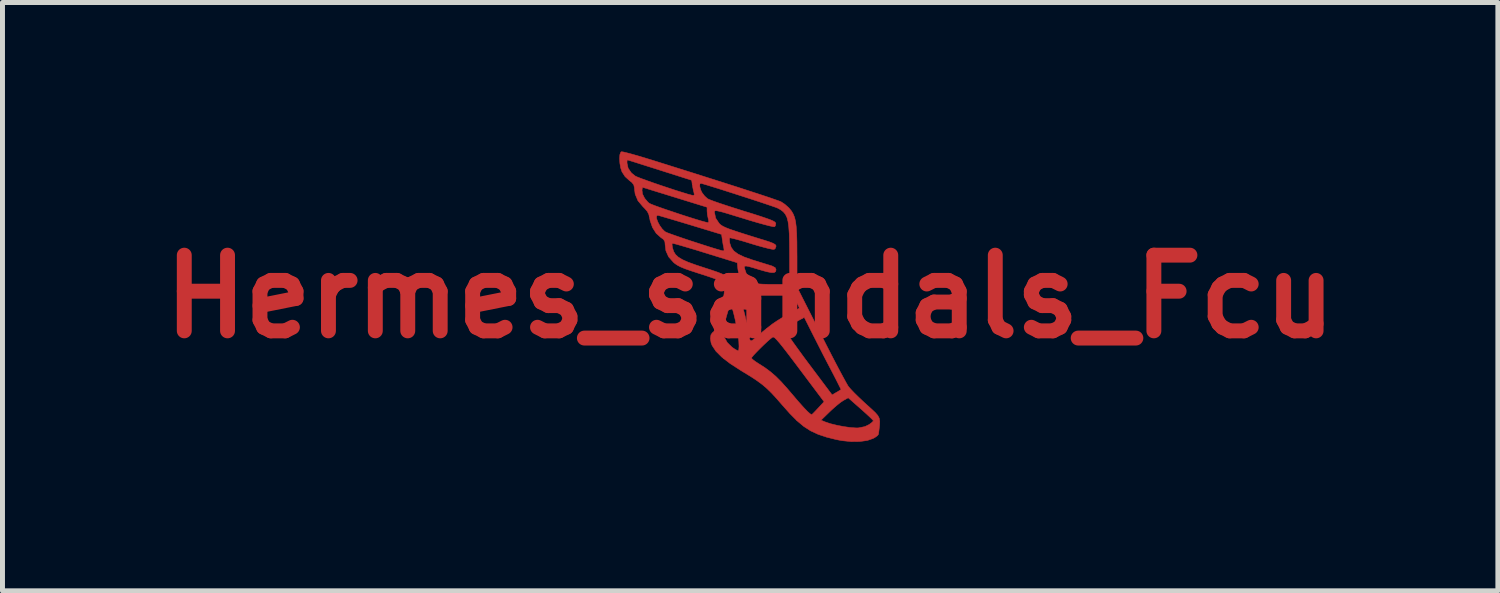
<source format=kicad_pcb>
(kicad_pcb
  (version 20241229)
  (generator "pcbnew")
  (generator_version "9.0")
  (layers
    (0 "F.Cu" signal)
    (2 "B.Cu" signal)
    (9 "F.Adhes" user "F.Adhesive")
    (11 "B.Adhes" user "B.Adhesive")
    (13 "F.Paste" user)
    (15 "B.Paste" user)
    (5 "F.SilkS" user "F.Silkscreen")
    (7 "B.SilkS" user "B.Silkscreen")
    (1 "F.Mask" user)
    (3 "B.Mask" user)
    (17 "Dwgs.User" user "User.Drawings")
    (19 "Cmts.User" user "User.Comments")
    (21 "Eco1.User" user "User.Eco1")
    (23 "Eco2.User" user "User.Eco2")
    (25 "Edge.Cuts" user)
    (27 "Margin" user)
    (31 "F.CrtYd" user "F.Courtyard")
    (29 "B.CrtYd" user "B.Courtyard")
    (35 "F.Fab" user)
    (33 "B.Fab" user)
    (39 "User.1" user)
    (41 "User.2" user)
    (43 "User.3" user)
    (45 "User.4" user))
  (footprint "Hermes_sandals_Fcu"
    (layer "F.Cu")
    (at 12.054 2.922)
    (property "Reference" "Hermes_sandals_Fcu" (at 0 0 0) (layer "F.Cu") (effects (font (size 1.524 1.524) (thickness 0.3))))
    (attr through_hole)
    (fp_poly (pts (xy -2.561 -2.914) (xy -2.488 -2.897) (xy -2.382 -2.869) (xy -2.249 -2.831) (xy -2.096 -2.785) (xy -1.968 -2.746) (xy -1.565 -2.619) (xy -1.189 -2.501) (xy -0.843 -2.391) (xy -0.528 -2.291) (xy -0.246 -2.201) (xy -0.000376 -2.121) (xy 0.208 -2.053) (xy 0.377 -1.997) (xy 0.504 -1.953) (xy 0.588 -1.923) (xy 0.622 -1.909) (xy 0.696 -1.86) (xy 0.771 -1.794) (xy 0.789 -1.775) (xy 0.833 -1.721) (xy 0.867 -1.662) (xy 0.894 -1.595) (xy 0.914 -1.511) (xy 0.927 -1.405) (xy 0.936 -1.271) (xy 0.941 -1.101) (xy 0.942 -0.891) (xy 0.943 -0.81) (xy 0.943 -0.191) (xy 1.425 0.761) (xy 1.529 0.966) (xy 1.629 1.161) (xy 1.722 1.34) (xy 1.805 1.498) (xy 1.876 1.629) (xy 1.931 1.73) (xy 1.968 1.794) (xy 1.979 1.811) (xy 2.023 1.862) (xy 2.095 1.938) (xy 2.188 2.029) (xy 2.291 2.126) (xy 2.334 2.165) (xy 2.442 2.263) (xy 2.519 2.335) (xy 2.57 2.394) (xy 2.598 2.448) (xy 2.609 2.509) (xy 2.606 2.587) (xy 2.593 2.693) (xy 2.583 2.771) (xy 2.561 2.8) (xy 2.508 2.838) (xy 2.474 2.856) (xy 2.357 2.897) (xy 2.206 2.917) (xy 2.032 2.919) (xy 1.847 2.9) (xy 1.736 2.879) (xy 1.536 2.829) (xy 1.366 2.772) (xy 1.216 2.702) (xy 1.079 2.614) (xy 0.943 2.5) (xy 0.931 2.488) (xy 1.426 2.488) (xy 1.513 2.524) (xy 1.614 2.558) (xy 1.744 2.59) (xy 1.885 2.617) (xy 2.021 2.636) (xy 2.135 2.644) (xy 2.179 2.643) (xy 2.309 2.617) (xy 2.396 2.575) (xy 2.449 2.535) (xy 2.478 2.506) (xy 2.48 2.5) (xy 2.463 2.478) (xy 2.415 2.431) (xy 2.342 2.363) (xy 2.253 2.283) (xy 2.227 2.26) (xy 1.974 2.037) (xy 1.876 2.091) (xy 1.814 2.133) (xy 1.732 2.199) (xy 1.643 2.278) (xy 1.602 2.317) (xy 1.426 2.488) (xy 0.931 2.488) (xy 0.8 2.356) (xy 0.654 2.192) (xy 0.534 2.054) (xy 0.433 1.944) (xy 0.34 1.853) (xy 0.247 1.773) (xy 0.143 1.696) (xy 0.018 1.613) (xy -0.138 1.518) (xy -0.19 1.486) (xy -0.403 1.348) (xy -0.547 1.237) (xy 0.025 1.237) (xy 0.045 1.261) (xy 0.096 1.301) (xy 0.169 1.349) (xy 0.174 1.352) (xy 0.299 1.432) (xy 0.409 1.514) (xy 0.515 1.605) (xy 0.624 1.714) (xy 0.747 1.851) (xy 0.833 1.952) (xy 0.966 2.108) (xy 1.072 2.227) (xy 1.151 2.31) (xy 1.205 2.358) (xy 1.236 2.375) (xy 1.241 2.374) (xy 1.263 2.355) (xy 1.309 2.308) (xy 1.368 2.245) (xy 1.371 2.242) (xy 1.488 2.116) (xy 0.991 1.454) (xy 0.854 1.272) (xy 0.742 1.125) (xy 0.654 1.012) (xy 0.586 0.928) (xy 0.535 0.87) (xy 0.499 0.834) (xy 0.473 0.816) (xy 0.456 0.814) (xy 0.452 0.816) (xy 0.414 0.844) (xy 0.354 0.896) (xy 0.281 0.964) (xy 0.203 1.04) (xy 0.131 1.113) (xy 0.071 1.176) (xy 0.034 1.221) (xy 0.025 1.237) (xy -0.547 1.237) (xy -0.569 1.22) (xy -0.69 1.099) (xy -0.766 0.985) (xy -0.787 0.932) (xy -0.801 0.844) (xy -0.79 0.769) (xy -0.757 0.722) (xy -0.743 0.715) (xy -0.733 0.702) (xy -0.546 0.702) (xy -0.523 0.816) (xy -0.46 0.926) (xy -0.365 1.019) (xy -0.364 1.02) (xy -0.302 1.062) (xy -0.254 1.087) (xy -0.241 1.091) (xy -0.229 1.068) (xy -0.225 1.001) (xy -0.229 0.899) (xy -0.239 0.806) (xy -0.256 0.695) (xy -0.279 0.576) (xy -0.304 0.456) (xy -0.33 0.347) (xy -0.355 0.255) (xy -0.377 0.191) (xy -0.393 0.164) (xy -0.398 0.165) (xy -0.416 0.201) (xy -0.441 0.272) (xy -0.469 0.366) (xy -0.498 0.469) (xy -0.522 0.568) (xy -0.54 0.651) (xy -0.546 0.702) (xy -0.733 0.702) (xy -0.722 0.686) (xy -0.693 0.619) (xy -0.661 0.522) (xy -0.627 0.406) (xy -0.593 0.28) (xy -0.564 0.153) (xy -0.54 0.037) (xy -0.531 -0.025) (xy -0.216 -0.025) (xy -0.145 0.228) (xy -0.111 0.355) (xy -0.08 0.485) (xy -0.056 0.599) (xy -0.048 0.643) (xy -0.029 0.766) (xy -0.014 0.846) (xy 0.003 0.885) (xy 0.029 0.889) (xy 0.069 0.862) (xy 0.13 0.809) (xy 0.156 0.787) (xy 0.252 0.706) (xy 0.328 0.644) (xy 0.686 0.644) (xy 0.695 0.668) (xy 0.731 0.727) (xy 0.791 0.815) (xy 0.87 0.929) (xy 0.967 1.063) (xy 1.076 1.213) (xy 1.157 1.322) (xy 1.65 1.979) (xy 1.736 1.928) (xy 1.792 1.895) (xy 1.825 1.875) (xy 1.829 1.873) (xy 1.82 1.851) (xy 1.791 1.793) (xy 1.747 1.705) (xy 1.691 1.596) (xy 1.647 1.511) (xy 1.563 1.351) (xy 1.468 1.168) (xy 1.373 0.981) (xy 1.288 0.813) (xy 1.274 0.786) (xy 1.089 0.418) (xy 0.898 0.521) (xy 0.81 0.57) (xy 0.737 0.611) (xy 0.693 0.639) (xy 0.686 0.644) (xy 0.328 0.644) (xy 0.356 0.622) (xy 0.446 0.552) (xy 0.446 0.552) (xy 0.536 0.491) (xy 0.648 0.421) (xy 0.761 0.356) (xy 0.781 0.345) (xy 0.87 0.298) (xy 0.94 0.26) (xy 0.982 0.237) (xy 0.988 0.233) (xy 0.982 0.21) (xy 0.956 0.157) (xy 0.926 0.101) (xy 0.856 -0.025) (xy 0.32 -0.025) (xy -0.216 -0.025) (xy -0.531 -0.025) (xy -0.525 -0.061) (xy -0.521 -0.117) (xy -0.523 -0.206) (xy -0.533 -0.259) (xy -0.555 -0.291) (xy -0.577 -0.307) (xy -0.618 -0.325) (xy -0.698 -0.356) (xy -0.807 -0.394) (xy -0.936 -0.437) (xy -1.037 -0.469) (xy -1.193 -0.52) (xy -1.311 -0.561) (xy -1.398 -0.597) (xy -1.462 -0.63) (xy -1.513 -0.664) (xy -1.543 -0.689) (xy -1.643 -0.802) (xy -1.697 -0.923) (xy -1.712 -1.039) (xy -1.712 -1.046) (xy -1.573 -1.046) (xy -1.565 -0.988) (xy -1.561 -0.972) (xy -1.539 -0.905) (xy -1.503 -0.847) (xy -1.447 -0.795) (xy -1.365 -0.745) (xy -1.251 -0.694) (xy -1.099 -0.639) (xy -0.935 -0.585) (xy -0.775 -0.533) (xy -0.656 -0.492) (xy -0.57 -0.458) (xy -0.509 -0.429) (xy -0.468 -0.401) (xy -0.437 -0.371) (xy -0.436 -0.37) (xy -0.395 -0.316) (xy -0.373 -0.277) (xy -0.372 -0.271) (xy -0.35 -0.258) (xy -0.293 -0.25) (xy -0.249 -0.248) (xy -0.126 -0.248) (xy -0.181 -0.341) (xy -0.217 -0.425) (xy -0.243 -0.524) (xy -0.248 -0.558) (xy -0.26 -0.682) (xy -0.911 -0.883) (xy -1.081 -0.936) (xy -1.236 -0.982) (xy -1.368 -1.021) (xy -1.472 -1.051) (xy -1.542 -1.069) (xy -1.571 -1.075) (xy -1.571 -1.074) (xy -1.573 -1.046) (xy -1.712 -1.046) (xy -1.718 -1.107) (xy -1.745 -1.152) (xy -1.799 -1.191) (xy -1.892 -1.274) (xy -1.967 -1.392) (xy -2.015 -1.531) (xy -2.023 -1.575) (xy -2.033 -1.618) (xy -1.888 -1.618) (xy -1.884 -1.57) (xy -1.86 -1.504) (xy -1.822 -1.433) (xy -1.774 -1.366) (xy -1.723 -1.315) (xy -1.706 -1.303) (xy -1.666 -1.285) (xy -1.587 -1.256) (xy -1.479 -1.218) (xy -1.348 -1.173) (xy -1.205 -1.125) (xy -1.057 -1.077) (xy -0.912 -1.03) (xy -0.78 -0.988) (xy -0.668 -0.954) (xy -0.585 -0.93) (xy -0.54 -0.919) (xy -0.537 -0.919) (xy -0.526 -0.938) (xy -0.531 -0.98) (xy -0.545 -1.045) (xy -0.558 -1.128) (xy -0.561 -1.147) (xy -0.576 -1.253) (xy -1.212 -1.446) (xy -1.381 -1.497) (xy -1.535 -1.543) (xy -1.667 -1.582) (xy -1.77 -1.612) (xy -1.839 -1.632) (xy -1.867 -1.638) (xy -1.888 -1.618) (xy -2.033 -1.618) (xy -2.04 -1.652) (xy -2.07 -1.713) (xy -2.125 -1.777) (xy -2.159 -1.811) (xy -2.26 -1.931) (xy -2.316 -2.064) (xy -2.326 -2.142) (xy -2.178 -2.142) (xy -2.168 -2.066) (xy -2.125 -1.98) (xy -2.059 -1.902) (xy -2.031 -1.879) (xy -1.994 -1.861) (xy -1.917 -1.831) (xy -1.811 -1.793) (xy -1.681 -1.748) (xy -1.538 -1.7) (xy -1.389 -1.65) (xy -1.243 -1.603) (xy -1.109 -1.561) (xy -0.994 -1.526) (xy -0.906 -1.502) (xy -0.855 -1.49) (xy -0.851 -1.49) (xy -0.834 -1.503) (xy -0.84 -1.551) (xy -0.845 -1.569) (xy -0.862 -1.651) (xy -0.868 -1.725) (xy -0.868 -1.8) (xy -1.519 -2.001) (xy -2.17 -2.202) (xy -2.178 -2.142) (xy -2.326 -2.142) (xy -2.332 -2.195) (xy -2.344 -2.251) (xy -2.383 -2.3) (xy -2.433 -2.339) (xy -2.519 -2.417) (xy -2.581 -2.512) (xy -2.581 -2.512) (xy -2.608 -2.594) (xy -2.624 -2.688) (xy -2.624 -2.69) (xy -2.48 -2.69) (xy -2.457 -2.585) (xy -2.391 -2.49) (xy -2.316 -2.429) (xy -2.271 -2.408) (xy -2.189 -2.376) (xy -2.076 -2.335) (xy -1.943 -2.288) (xy -1.797 -2.238) (xy -1.647 -2.188) (xy -1.502 -2.14) (xy -1.371 -2.099) (xy -1.261 -2.065) (xy -1.182 -2.044) (xy -1.146 -2.036) (xy -1.125 -2.049) (xy -1.131 -2.09) (xy -1.147 -2.152) (xy -1.162 -2.231) (xy -1.164 -2.244) (xy -1.167 -2.262) (xy -1.016 -2.262) (xy -1.014 -2.212) (xy -0.996 -2.148) (xy -0.968 -2.091) (xy -0.917 -2.025) (xy -0.859 -1.972) (xy -0.856 -1.97) (xy -0.816 -1.952) (xy -0.735 -1.921) (xy -0.621 -1.881) (xy -0.479 -1.834) (xy -0.318 -1.782) (xy -0.144 -1.727) (xy -0.142 -1.726) (xy 0.053 -1.666) (xy 0.206 -1.617) (xy 0.321 -1.578) (xy 0.404 -1.548) (xy 0.46 -1.524) (xy 0.494 -1.504) (xy 0.511 -1.486) (xy 0.516 -1.473) (xy 0.507 -1.425) (xy 0.488 -1.406) (xy 0.455 -1.41) (xy 0.382 -1.426) (xy 0.275 -1.454) (xy 0.142 -1.491) (xy -0.011 -1.536) (xy -0.134 -1.574) (xy -0.315 -1.629) (xy -0.454 -1.672) (xy -0.557 -1.702) (xy -0.63 -1.72) (xy -0.676 -1.729) (xy -0.703 -1.729) (xy -0.716 -1.721) (xy -0.719 -1.706) (xy -0.719 -1.697) (xy -0.695 -1.58) (xy -0.625 -1.475) (xy -0.605 -1.455) (xy -0.578 -1.434) (xy -0.539 -1.411) (xy -0.484 -1.386) (xy -0.407 -1.356) (xy -0.304 -1.321) (xy -0.17 -1.277) (xy 0.001 -1.223) (xy 0.213 -1.157) (xy 0.267 -1.141) (xy 0.383 -1.104) (xy 0.458 -1.075) (xy 0.501 -1.051) (xy 0.519 -1.028) (xy 0.521 -1.014) (xy 0.503 -0.967) (xy 0.481 -0.951) (xy 0.446 -0.953) (xy 0.371 -0.968) (xy 0.267 -0.995) (xy 0.14 -1.03) (xy 0.021 -1.066) (xy -0.115 -1.108) (xy -0.234 -1.142) (xy -0.329 -1.167) (xy -0.391 -1.181) (xy -0.413 -1.183) (xy -0.418 -1.151) (xy -0.413 -1.091) (xy -0.41 -1.075) (xy -0.382 -0.991) (xy -0.329 -0.919) (xy -0.245 -0.857) (xy -0.124 -0.799) (xy 0.039 -0.741) (xy 0.069 -0.732) (xy 0.19 -0.694) (xy 0.301 -0.66) (xy 0.389 -0.633) (xy 0.44 -0.617) (xy 0.503 -0.584) (xy 0.521 -0.543) (xy 0.512 -0.504) (xy 0.481 -0.484) (xy 0.423 -0.484) (xy 0.331 -0.502) (xy 0.2 -0.539) (xy 0.189 -0.542) (xy 0.061 -0.581) (xy -0.028 -0.606) (xy -0.082 -0.616) (xy -0.11 -0.612) (xy -0.118 -0.596) (xy -0.112 -0.567) (xy -0.112 -0.564) (xy -0.074 -0.453) (xy -0.029 -0.376) (xy 0.032 -0.319) (xy 0.047 -0.308) (xy 0.086 -0.284) (xy 0.126 -0.267) (xy 0.176 -0.256) (xy 0.247 -0.251) (xy 0.349 -0.248) (xy 0.465 -0.248) (xy 0.794 -0.248) (xy 0.793 -0.85) (xy 0.791 -1.075) (xy 0.787 -1.256) (xy 0.777 -1.399) (xy 0.762 -1.511) (xy 0.74 -1.595) (xy 0.708 -1.659) (xy 0.666 -1.709) (xy 0.613 -1.749) (xy 0.558 -1.78) (xy 0.521 -1.795) (xy 0.444 -1.822) (xy 0.335 -1.859) (xy 0.201 -1.904) (xy 0.049 -1.954) (xy -0.115 -2.007) (xy -0.283 -2.061) (xy -0.448 -2.114) (xy -0.604 -2.164) (xy -0.743 -2.207) (xy -0.859 -2.243) (xy -0.944 -2.268) (xy -0.991 -2.281) (xy -0.998 -2.282) (xy -1.016 -2.262) (xy -1.167 -2.262) (xy -1.178 -2.343) (xy -1.823 -2.548) (xy -1.993 -2.602) (xy -2.146 -2.65) (xy -2.277 -2.692) (xy -2.379 -2.724) (xy -2.447 -2.745) (xy -2.474 -2.753) (xy -2.474 -2.753) (xy -2.479 -2.732) (xy -2.48 -2.69) (xy -2.624 -2.69) (xy -2.63 -2.781) (xy -2.624 -2.859) (xy -2.605 -2.908) (xy -2.594 -2.917) (xy -2.561 -2.914)) (stroke (width 0.01) (type solid)) (fill yes) (layer "F.Cu")))
  (gr_rect
    (start -3 -3)
    (end 27.108 8.846)
    (stroke (width 0.1) (type default))
    (fill no)
    (layer "Edge.Cuts")))
</source>
